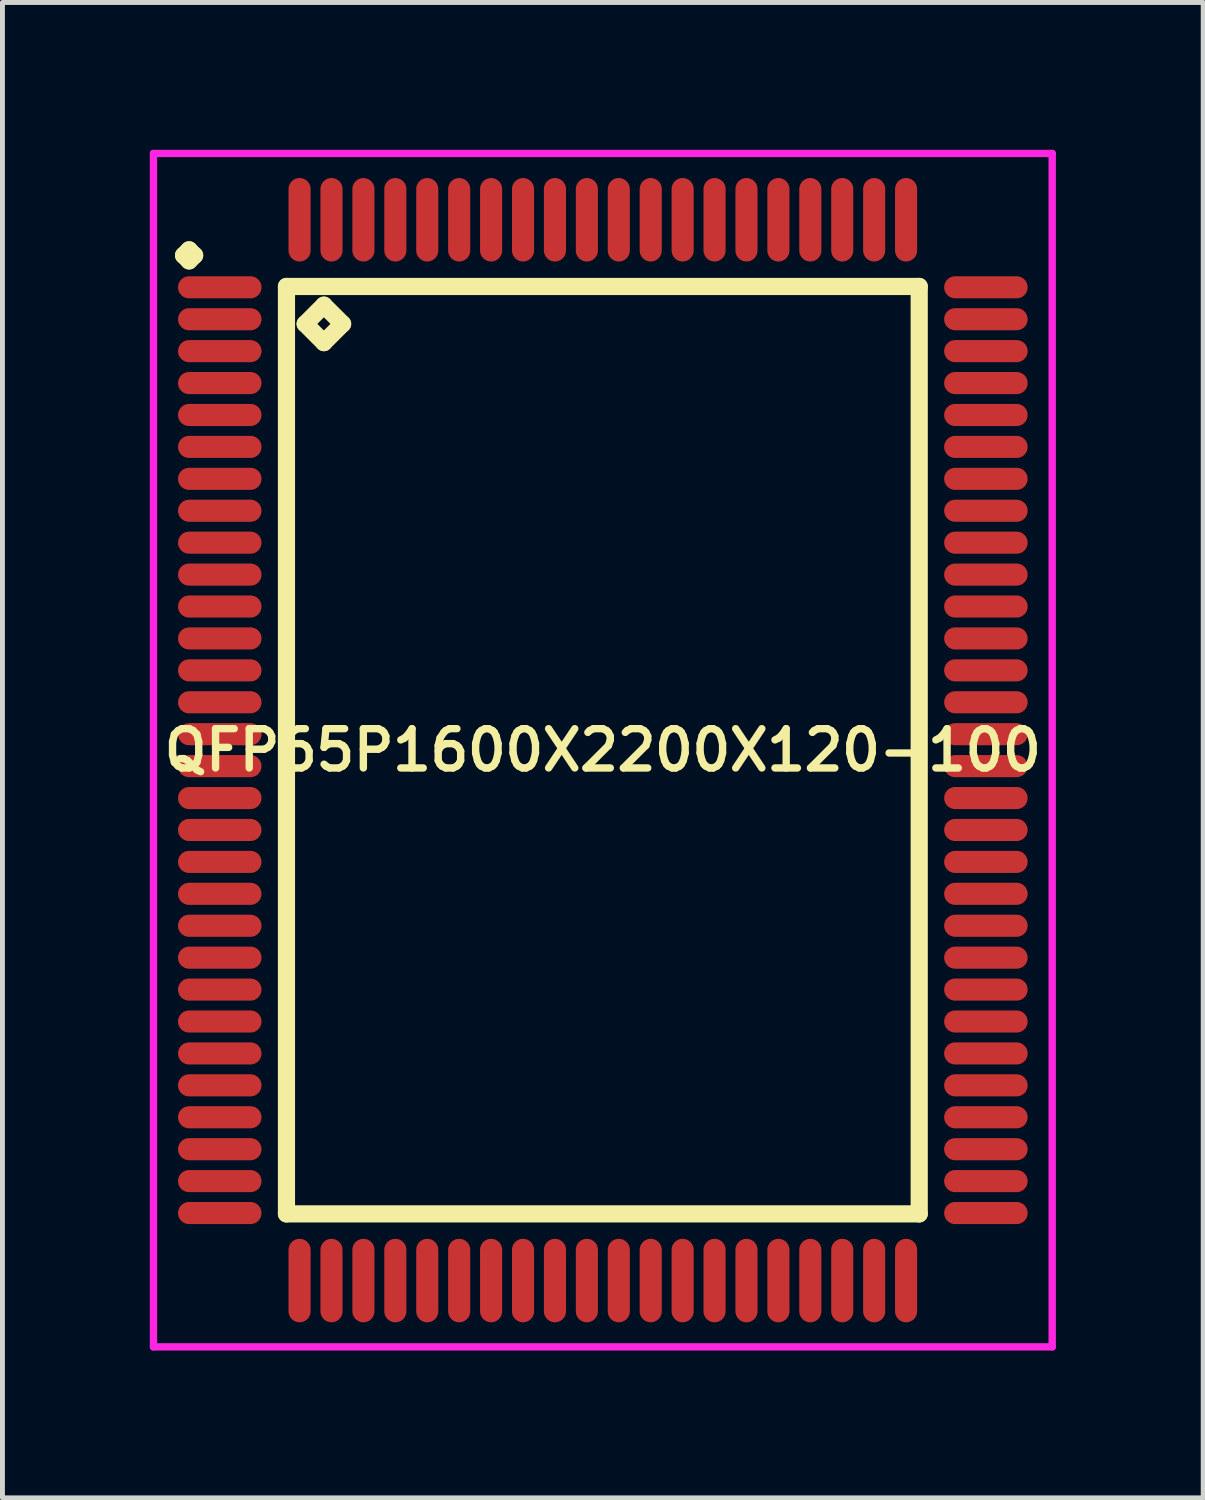
<source format=kicad_pcb>
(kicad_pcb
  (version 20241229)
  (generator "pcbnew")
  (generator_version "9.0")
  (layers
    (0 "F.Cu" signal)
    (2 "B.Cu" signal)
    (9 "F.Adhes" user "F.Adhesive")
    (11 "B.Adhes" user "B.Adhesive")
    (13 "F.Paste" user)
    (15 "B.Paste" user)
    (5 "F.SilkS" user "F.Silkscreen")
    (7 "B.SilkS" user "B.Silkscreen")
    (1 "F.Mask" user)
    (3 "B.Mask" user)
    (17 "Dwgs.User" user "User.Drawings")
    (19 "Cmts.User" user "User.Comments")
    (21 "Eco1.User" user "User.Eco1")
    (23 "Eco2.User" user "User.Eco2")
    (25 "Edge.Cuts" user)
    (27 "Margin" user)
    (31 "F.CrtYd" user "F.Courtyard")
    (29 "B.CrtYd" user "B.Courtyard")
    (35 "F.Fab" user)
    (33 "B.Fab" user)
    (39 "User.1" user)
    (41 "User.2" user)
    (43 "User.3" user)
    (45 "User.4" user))
  (footprint "QFP65P1600X2200X120-100"
    (layer "F.Cu")
    (at 9.225 12.225)
    (property "Reference" "QFP65P1600X2200X120-100" (at 0 0 0) (layer "F.SilkS") (effects (font (size 0.8 0.8) (thickness 0.15))))
    (attr smd)
    (fp_line (start -8.537 -10.075) (end -8.425 -10.188) (stroke (width 0.35) (type solid)) (layer "F.SilkS"))
    (fp_line (start -8.425 -10.188) (end -8.312 -10.075) (stroke (width 0.35) (type solid)) (layer "F.SilkS"))
    (fp_line (start -8.425 -9.963) (end -8.537 -10.075) (stroke (width 0.35) (type solid)) (layer "F.SilkS"))
    (fp_line (start -8.312 -10.075) (end -8.425 -9.963) (stroke (width 0.35) (type solid)) (layer "F.SilkS"))
    (fp_line (start -6.442 -9.442) (end -6.442 9.442) (stroke (width 0.35) (type solid)) (layer "F.SilkS"))
    (fp_line (start -6.442 9.442) (end 6.442 9.442) (stroke (width 0.35) (type solid)) (layer "F.SilkS"))
    (fp_line (start -6.061 -8.68) (end -5.68 -9.061) (stroke (width 0.35) (type solid)) (layer "F.SilkS"))
    (fp_line (start -5.68 -9.061) (end -5.299 -8.68) (stroke (width 0.35) (type solid)) (layer "F.SilkS"))
    (fp_line (start -5.68 -8.299) (end -6.061 -8.68) (stroke (width 0.35) (type solid)) (layer "F.SilkS"))
    (fp_line (start -5.299 -8.68) (end -5.68 -8.299) (stroke (width 0.35) (type solid)) (layer "F.SilkS"))
    (fp_line (start 6.442 -9.442) (end -6.442 -9.442) (stroke (width 0.35) (type solid)) (layer "F.SilkS"))
    (fp_line (start 6.442 9.442) (end 6.442 -9.442) (stroke (width 0.35) (type solid)) (layer "F.SilkS"))
    (fp_line (start -9.15 -12.15) (end 9.15 -12.15) (stroke (width 0.15) (type solid)) (layer "F.CrtYd"))
    (fp_line (start -9.15 12.15) (end -9.15 -12.15) (stroke (width 0.15) (type solid)) (layer "F.CrtYd"))
    (fp_line (start 9.15 -12.15) (end 9.15 12.15) (stroke (width 0.15) (type solid)) (layer "F.CrtYd"))
    (fp_line (start 9.15 12.15) (end -9.15 12.15) (stroke (width 0.15) (type solid)) (layer "F.CrtYd"))
    (pad "1" smd oval (at -7.8 -9.425) (size 1.7 0.45) (layers "F.Cu" "F.Mask" "F.Paste"))
    (pad "2" smd oval (at -7.8 -8.775) (size 1.7 0.45) (layers "F.Cu" "F.Mask" "F.Paste"))
    (pad "3" smd oval (at -7.8 -8.125) (size 1.7 0.45) (layers "F.Cu" "F.Mask" "F.Paste"))
    (pad "4" smd oval (at -7.8 -7.475) (size 1.7 0.45) (layers "F.Cu" "F.Mask" "F.Paste"))
    (pad "5" smd oval (at -7.8 -6.825) (size 1.7 0.45) (layers "F.Cu" "F.Mask" "F.Paste"))
    (pad "6" smd oval (at -7.8 -6.175) (size 1.7 0.45) (layers "F.Cu" "F.Mask" "F.Paste"))
    (pad "7" smd oval (at -7.8 -5.525) (size 1.7 0.45) (layers "F.Cu" "F.Mask" "F.Paste"))
    (pad "8" smd oval (at -7.8 -4.875) (size 1.7 0.45) (layers "F.Cu" "F.Mask" "F.Paste"))
    (pad "9" smd oval (at -7.8 -4.225) (size 1.7 0.45) (layers "F.Cu" "F.Mask" "F.Paste"))
    (pad "10" smd oval (at -7.8 -3.575) (size 1.7 0.45) (layers "F.Cu" "F.Mask" "F.Paste"))
    (pad "11" smd oval (at -7.8 -2.925) (size 1.7 0.45) (layers "F.Cu" "F.Mask" "F.Paste"))
    (pad "12" smd oval (at -7.8 -2.275) (size 1.7 0.45) (layers "F.Cu" "F.Mask" "F.Paste"))
    (pad "13" smd oval (at -7.8 -1.625) (size 1.7 0.45) (layers "F.Cu" "F.Mask" "F.Paste"))
    (pad "14" smd oval (at -7.8 -0.975) (size 1.7 0.45) (layers "F.Cu" "F.Mask" "F.Paste"))
    (pad "15" smd oval (at -7.8 -0.325) (size 1.7 0.45) (layers "F.Cu" "F.Mask" "F.Paste"))
    (pad "16" smd oval (at -7.8 0.325) (size 1.7 0.45) (layers "F.Cu" "F.Mask" "F.Paste"))
    (pad "17" smd oval (at -7.8 0.975) (size 1.7 0.45) (layers "F.Cu" "F.Mask" "F.Paste"))
    (pad "18" smd oval (at -7.8 1.625) (size 1.7 0.45) (layers "F.Cu" "F.Mask" "F.Paste"))
    (pad "19" smd oval (at -7.8 2.275) (size 1.7 0.45) (layers "F.Cu" "F.Mask" "F.Paste"))
    (pad "20" smd oval (at -7.8 2.925) (size 1.7 0.45) (layers "F.Cu" "F.Mask" "F.Paste"))
    (pad "21" smd oval (at -7.8 3.575) (size 1.7 0.45) (layers "F.Cu" "F.Mask" "F.Paste"))
    (pad "22" smd oval (at -7.8 4.225) (size 1.7 0.45) (layers "F.Cu" "F.Mask" "F.Paste"))
    (pad "23" smd oval (at -7.8 4.875) (size 1.7 0.45) (layers "F.Cu" "F.Mask" "F.Paste"))
    (pad "24" smd oval (at -7.8 5.525) (size 1.7 0.45) (layers "F.Cu" "F.Mask" "F.Paste"))
    (pad "25" smd oval (at -7.8 6.175) (size 1.7 0.45) (layers "F.Cu" "F.Mask" "F.Paste"))
    (pad "26" smd oval (at -7.8 6.825) (size 1.7 0.45) (layers "F.Cu" "F.Mask" "F.Paste"))
    (pad "27" smd oval (at -7.8 7.475) (size 1.7 0.45) (layers "F.Cu" "F.Mask" "F.Paste"))
    (pad "28" smd oval (at -7.8 8.125) (size 1.7 0.45) (layers "F.Cu" "F.Mask" "F.Paste"))
    (pad "29" smd oval (at -7.8 8.775) (size 1.7 0.45) (layers "F.Cu" "F.Mask" "F.Paste"))
    (pad "30" smd oval (at -7.8 9.425) (size 1.7 0.45) (layers "F.Cu" "F.Mask" "F.Paste"))
    (pad "31" smd oval (at -6.175 10.8) (size 0.45 1.7) (layers "F.Cu" "F.Mask" "F.Paste"))
    (pad "32" smd oval (at -5.525 10.8) (size 0.45 1.7) (layers "F.Cu" "F.Mask" "F.Paste"))
    (pad "33" smd oval (at -4.875 10.8) (size 0.45 1.7) (layers "F.Cu" "F.Mask" "F.Paste"))
    (pad "34" smd oval (at -4.225 10.8) (size 0.45 1.7) (layers "F.Cu" "F.Mask" "F.Paste"))
    (pad "35" smd oval (at -3.575 10.8) (size 0.45 1.7) (layers "F.Cu" "F.Mask" "F.Paste"))
    (pad "36" smd oval (at -2.925 10.8) (size 0.45 1.7) (layers "F.Cu" "F.Mask" "F.Paste"))
    (pad "37" smd oval (at -2.275 10.8) (size 0.45 1.7) (layers "F.Cu" "F.Mask" "F.Paste"))
    (pad "38" smd oval (at -1.625 10.8) (size 0.45 1.7) (layers "F.Cu" "F.Mask" "F.Paste"))
    (pad "39" smd oval (at -0.975 10.8) (size 0.45 1.7) (layers "F.Cu" "F.Mask" "F.Paste"))
    (pad "40" smd oval (at -0.325 10.8) (size 0.45 1.7) (layers "F.Cu" "F.Mask" "F.Paste"))
    (pad "41" smd oval (at 0.325 10.8) (size 0.45 1.7) (layers "F.Cu" "F.Mask" "F.Paste"))
    (pad "42" smd oval (at 0.975 10.8) (size 0.45 1.7) (layers "F.Cu" "F.Mask" "F.Paste"))
    (pad "43" smd oval (at 1.625 10.8) (size 0.45 1.7) (layers "F.Cu" "F.Mask" "F.Paste"))
    (pad "44" smd oval (at 2.275 10.8) (size 0.45 1.7) (layers "F.Cu" "F.Mask" "F.Paste"))
    (pad "45" smd oval (at 2.925 10.8) (size 0.45 1.7) (layers "F.Cu" "F.Mask" "F.Paste"))
    (pad "46" smd oval (at 3.575 10.8) (size 0.45 1.7) (layers "F.Cu" "F.Mask" "F.Paste"))
    (pad "47" smd oval (at 4.225 10.8) (size 0.45 1.7) (layers "F.Cu" "F.Mask" "F.Paste"))
    (pad "48" smd oval (at 4.875 10.8) (size 0.45 1.7) (layers "F.Cu" "F.Mask" "F.Paste"))
    (pad "49" smd oval (at 5.525 10.8) (size 0.45 1.7) (layers "F.Cu" "F.Mask" "F.Paste"))
    (pad "50" smd oval (at 6.175 10.8) (size 0.45 1.7) (layers "F.Cu" "F.Mask" "F.Paste"))
    (pad "51" smd oval (at 7.8 9.425) (size 1.7 0.45) (layers "F.Cu" "F.Mask" "F.Paste"))
    (pad "52" smd oval (at 7.8 8.775) (size 1.7 0.45) (layers "F.Cu" "F.Mask" "F.Paste"))
    (pad "53" smd oval (at 7.8 8.125) (size 1.7 0.45) (layers "F.Cu" "F.Mask" "F.Paste"))
    (pad "54" smd oval (at 7.8 7.475) (size 1.7 0.45) (layers "F.Cu" "F.Mask" "F.Paste"))
    (pad "55" smd oval (at 7.8 6.825) (size 1.7 0.45) (layers "F.Cu" "F.Mask" "F.Paste"))
    (pad "56" smd oval (at 7.8 6.175) (size 1.7 0.45) (layers "F.Cu" "F.Mask" "F.Paste"))
    (pad "57" smd oval (at 7.8 5.525) (size 1.7 0.45) (layers "F.Cu" "F.Mask" "F.Paste"))
    (pad "58" smd oval (at 7.8 4.875) (size 1.7 0.45) (layers "F.Cu" "F.Mask" "F.Paste"))
    (pad "59" smd oval (at 7.8 4.225) (size 1.7 0.45) (layers "F.Cu" "F.Mask" "F.Paste"))
    (pad "60" smd oval (at 7.8 3.575) (size 1.7 0.45) (layers "F.Cu" "F.Mask" "F.Paste"))
    (pad "61" smd oval (at 7.8 2.925) (size 1.7 0.45) (layers "F.Cu" "F.Mask" "F.Paste"))
    (pad "62" smd oval (at 7.8 2.275) (size 1.7 0.45) (layers "F.Cu" "F.Mask" "F.Paste"))
    (pad "63" smd oval (at 7.8 1.625) (size 1.7 0.45) (layers "F.Cu" "F.Mask" "F.Paste"))
    (pad "64" smd oval (at 7.8 0.975) (size 1.7 0.45) (layers "F.Cu" "F.Mask" "F.Paste"))
    (pad "65" smd oval (at 7.8 0.325) (size 1.7 0.45) (layers "F.Cu" "F.Mask" "F.Paste"))
    (pad "66" smd oval (at 7.8 -0.325) (size 1.7 0.45) (layers "F.Cu" "F.Mask" "F.Paste"))
    (pad "67" smd oval (at 7.8 -0.975) (size 1.7 0.45) (layers "F.Cu" "F.Mask" "F.Paste"))
    (pad "68" smd oval (at 7.8 -1.625) (size 1.7 0.45) (layers "F.Cu" "F.Mask" "F.Paste"))
    (pad "69" smd oval (at 7.8 -2.275) (size 1.7 0.45) (layers "F.Cu" "F.Mask" "F.Paste"))
    (pad "70" smd oval (at 7.8 -2.925) (size 1.7 0.45) (layers "F.Cu" "F.Mask" "F.Paste"))
    (pad "71" smd oval (at 7.8 -3.575) (size 1.7 0.45) (layers "F.Cu" "F.Mask" "F.Paste"))
    (pad "72" smd oval (at 7.8 -4.225) (size 1.7 0.45) (layers "F.Cu" "F.Mask" "F.Paste"))
    (pad "73" smd oval (at 7.8 -4.875) (size 1.7 0.45) (layers "F.Cu" "F.Mask" "F.Paste"))
    (pad "74" smd oval (at 7.8 -5.525) (size 1.7 0.45) (layers "F.Cu" "F.Mask" "F.Paste"))
    (pad "75" smd oval (at 7.8 -6.175) (size 1.7 0.45) (layers "F.Cu" "F.Mask" "F.Paste"))
    (pad "76" smd oval (at 7.8 -6.825) (size 1.7 0.45) (layers "F.Cu" "F.Mask" "F.Paste"))
    (pad "77" smd oval (at 7.8 -7.475) (size 1.7 0.45) (layers "F.Cu" "F.Mask" "F.Paste"))
    (pad "78" smd oval (at 7.8 -8.125) (size 1.7 0.45) (layers "F.Cu" "F.Mask" "F.Paste"))
    (pad "79" smd oval (at 7.8 -8.775) (size 1.7 0.45) (layers "F.Cu" "F.Mask" "F.Paste"))
    (pad "80" smd oval (at 7.8 -9.425) (size 1.7 0.45) (layers "F.Cu" "F.Mask" "F.Paste"))
    (pad "81" smd oval (at 6.175 -10.8) (size 0.45 1.7) (layers "F.Cu" "F.Mask" "F.Paste"))
    (pad "82" smd oval (at 5.525 -10.8) (size 0.45 1.7) (layers "F.Cu" "F.Mask" "F.Paste"))
    (pad "83" smd oval (at 4.875 -10.8) (size 0.45 1.7) (layers "F.Cu" "F.Mask" "F.Paste"))
    (pad "84" smd oval (at 4.225 -10.8) (size 0.45 1.7) (layers "F.Cu" "F.Mask" "F.Paste"))
    (pad "85" smd oval (at 3.575 -10.8) (size 0.45 1.7) (layers "F.Cu" "F.Mask" "F.Paste"))
    (pad "86" smd oval (at 2.925 -10.8) (size 0.45 1.7) (layers "F.Cu" "F.Mask" "F.Paste"))
    (pad "87" smd oval (at 2.275 -10.8) (size 0.45 1.7) (layers "F.Cu" "F.Mask" "F.Paste"))
    (pad "88" smd oval (at 1.625 -10.8) (size 0.45 1.7) (layers "F.Cu" "F.Mask" "F.Paste"))
    (pad "89" smd oval (at 0.975 -10.8) (size 0.45 1.7) (layers "F.Cu" "F.Mask" "F.Paste"))
    (pad "90" smd oval (at 0.325 -10.8) (size 0.45 1.7) (layers "F.Cu" "F.Mask" "F.Paste"))
    (pad "91" smd oval (at -0.325 -10.8) (size 0.45 1.7) (layers "F.Cu" "F.Mask" "F.Paste"))
    (pad "92" smd oval (at -0.975 -10.8) (size 0.45 1.7) (layers "F.Cu" "F.Mask" "F.Paste"))
    (pad "93" smd oval (at -1.625 -10.8) (size 0.45 1.7) (layers "F.Cu" "F.Mask" "F.Paste"))
    (pad "94" smd oval (at -2.275 -10.8) (size 0.45 1.7) (layers "F.Cu" "F.Mask" "F.Paste"))
    (pad "95" smd oval (at -2.925 -10.8) (size 0.45 1.7) (layers "F.Cu" "F.Mask" "F.Paste"))
    (pad "96" smd oval (at -3.575 -10.8) (size 0.45 1.7) (layers "F.Cu" "F.Mask" "F.Paste"))
    (pad "97" smd oval (at -4.225 -10.8) (size 0.45 1.7) (layers "F.Cu" "F.Mask" "F.Paste"))
    (pad "98" smd oval (at -4.875 -10.8) (size 0.45 1.7) (layers "F.Cu" "F.Mask" "F.Paste"))
    (pad "99" smd oval (at -5.525 -10.8) (size 0.45 1.7) (layers "F.Cu" "F.Mask" "F.Paste"))
    (pad "100" smd oval (at -6.175 -10.8) (size 0.45 1.7) (layers "F.Cu" "F.Mask" "F.Paste")))
  (gr_rect
    (start -3 -3)
    (end 21.45 27.45)
    (stroke (width 0.1) (type default))
    (fill no)
    (layer "Edge.Cuts")))
</source>
